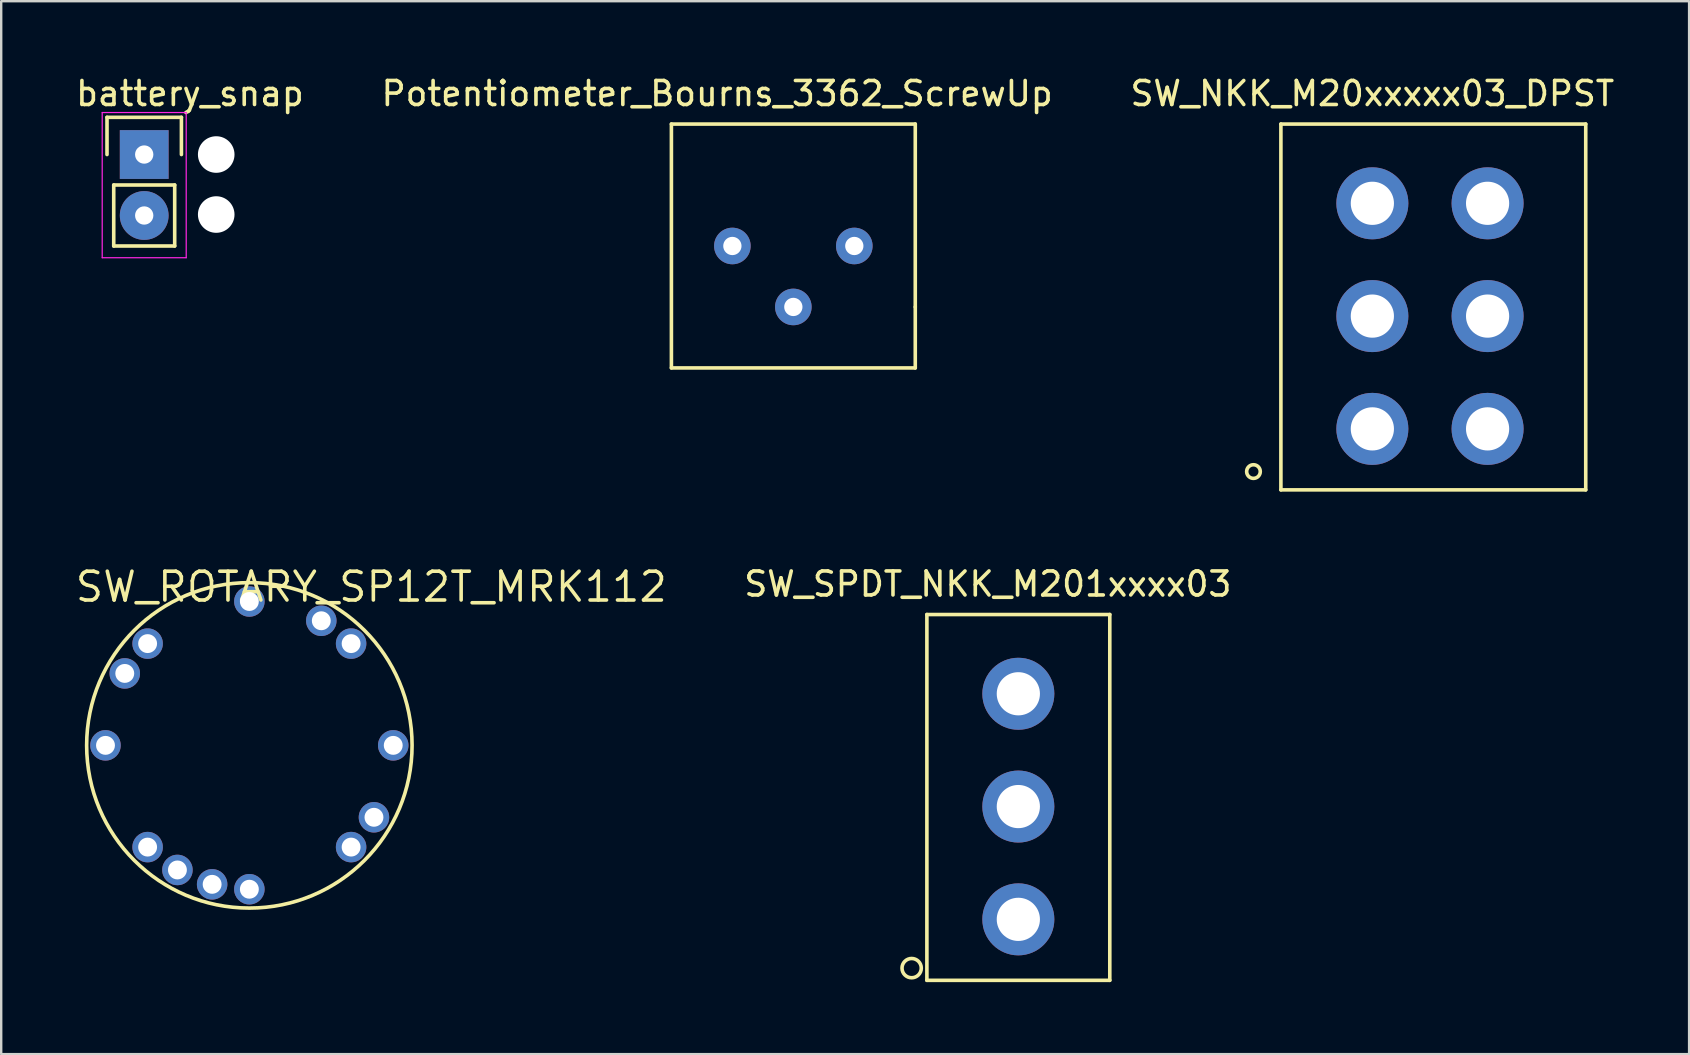
<source format=kicad_pcb>
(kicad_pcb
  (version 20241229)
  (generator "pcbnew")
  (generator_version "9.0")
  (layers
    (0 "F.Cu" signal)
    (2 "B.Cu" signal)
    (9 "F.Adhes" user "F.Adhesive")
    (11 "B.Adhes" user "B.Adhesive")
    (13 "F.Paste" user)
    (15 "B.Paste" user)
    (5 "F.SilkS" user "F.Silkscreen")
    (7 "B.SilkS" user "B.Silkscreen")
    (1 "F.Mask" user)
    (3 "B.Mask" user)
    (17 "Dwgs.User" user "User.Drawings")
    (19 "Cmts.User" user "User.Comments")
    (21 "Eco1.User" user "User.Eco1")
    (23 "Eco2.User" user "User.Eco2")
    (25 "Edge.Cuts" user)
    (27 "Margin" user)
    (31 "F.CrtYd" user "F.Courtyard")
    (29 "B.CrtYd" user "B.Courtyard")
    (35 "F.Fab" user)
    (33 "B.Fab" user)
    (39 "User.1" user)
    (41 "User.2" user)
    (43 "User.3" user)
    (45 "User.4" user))
  (footprint "SW_NKK_M20xxxxx03_DPST"
    (layer "F.Cu")
    (at 54.125 14.818)
    (property "Reference" "SW_NKK_M20xxxxx03_DPST" (at 0 -13.97 0) (layer "F.SilkS") (effects (font (size 1 1) (thickness 0.15))))
    (attr through_hole)
    (fp_line (start -3.81 -12.7) (end 8.89 -12.7) (stroke (width 0.15) (type solid)) (layer "F.SilkS"))
    (fp_line (start -3.81 2.54) (end -3.81 -12.7) (stroke (width 0.15) (type solid)) (layer "F.SilkS"))
    (fp_line (start -3.81 2.54) (end 8.89 2.54) (stroke (width 0.15) (type solid)) (layer "F.SilkS"))
    (fp_line (start 8.89 -12.7) (end 8.89 2.54) (stroke (width 0.15) (type solid)) (layer "F.SilkS"))
    (fp_circle (center -4.953 1.778) (end -4.826 2.032) (stroke (width 0.15) (type solid)) (fill no) (layer "F.SilkS"))
    (pad "1" thru_hole circle (at 0 0) (size 3 3) (drill 1.8) (layers "*.Cu" "*.Mask"))
    (pad "2" thru_hole circle (at 0 -4.699) (size 3 3) (drill 1.8) (layers "*.Cu" "*.Mask"))
    (pad "3" thru_hole circle (at 0 -9.398) (size 3 3) (drill 1.8) (layers "*.Cu" "*.Mask"))
    (pad "4" thru_hole circle (at 4.801 0) (size 3 3) (drill 1.8) (layers "*.Cu" "*.Mask"))
    (pad "5" thru_hole circle (at 4.801 -4.699) (size 3 3) (drill 1.8) (layers "*.Cu" "*.Mask"))
    (pad "6" thru_hole circle (at 4.801 -9.398) (size 3 3) (drill 1.8) (layers "*.Cu" "*.Mask")))
  (footprint "SW_SPDT_NKK_M201xxxx03"
    (layer "F.Cu")
    (at 39.376 35.252)
    (property "Reference" "SW_SPDT_NKK_M201xxxx03" (at -1.27 -13.97 0) (layer "F.SilkS") (effects (font (size 1 1) (thickness 0.15))))
    (attr through_hole)
    (fp_line (start -3.81 -12.7) (end 3.81 -12.7) (stroke (width 0.15) (type solid)) (layer "F.SilkS"))
    (fp_line (start -3.81 2.54) (end -3.81 -12.7) (stroke (width 0.15) (type solid)) (layer "F.SilkS"))
    (fp_line (start 3.81 -12.7) (end 3.81 2.54) (stroke (width 0.15) (type solid)) (layer "F.SilkS"))
    (fp_line (start 3.81 2.54) (end -3.81 2.54) (stroke (width 0.15) (type solid)) (layer "F.SilkS"))
    (fp_circle (center -4.445 2.032) (end -4.318 2.413) (stroke (width 0.15) (type solid)) (fill no) (layer "F.SilkS"))
    (pad "1" thru_hole circle (at 0 0) (size 3 3) (drill 1.8) (layers "*.Cu" "*.Mask"))
    (pad "2" thru_hole circle (at 0 -4.699) (size 3 3) (drill 1.8) (layers "*.Cu" "*.Mask"))
    (pad "3" thru_hole circle (at 0 -9.398) (size 3 3) (drill 1.8) (layers "*.Cu" "*.Mask")))
  (footprint "SW_ROTARY_SP12T_MRK112"
    (layer "F.Cu")
    (at 7.339 28.003)
    (property "Reference" "SW_ROTARY_SP12T_MRK112" (at 5.08 -6.604 0) (layer "F.SilkS") (effects (font (size 1.2 1.2) (thickness 0.15))))
    (attr through_hole)
    (fp_circle (center 0 0) (end 0 6.779) (stroke (width 0.15) (type solid)) (fill no) (layer "F.SilkS"))
    (pad "1" thru_hole oval (at -1.551 5.79) (size 1.27 1.27) (drill 0.787) (layers "*.Cu" "*.Mask"))
    (pad "2" thru_hole oval (at -2.997 5.191) (size 1.27 1.27) (drill 0.787) (layers "*.Cu" "*.Mask"))
    (pad "3" thru_hole oval (at -4.239 4.239) (size 1.27 1.27) (drill 0.787) (layers "*.Cu" "*.Mask"))
    (pad "4" thru_hole oval (at -5.994 0) (size 1.27 1.27) (drill 0.787) (layers "*.Cu" "*.Mask"))
    (pad "5" thru_hole oval (at -5.191 -2.997) (size 1.27 1.27) (drill 0.787) (layers "*.Cu" "*.Mask"))
    (pad "6" thru_hole oval (at -4.239 -4.239) (size 1.27 1.27) (drill 0.787) (layers "*.Cu" "*.Mask"))
    (pad "7" thru_hole oval (at 0 -5.994) (size 1.27 1.27) (drill 0.787) (layers "*.Cu" "*.Mask"))
    (pad "8" thru_hole oval (at 2.997 -5.191) (size 1.27 1.27) (drill 0.787) (layers "*.Cu" "*.Mask"))
    (pad "9" thru_hole oval (at 4.239 -4.239) (size 1.27 1.27) (drill 0.787) (layers "*.Cu" "*.Mask"))
    (pad "10" thru_hole oval (at 5.994 0) (size 1.27 1.27) (drill 0.787) (layers "*.Cu" "*.Mask"))
    (pad "11" thru_hole oval (at 5.191 2.997) (size 1.27 1.27) (drill 0.787) (layers "*.Cu" "*.Mask"))
    (pad "12" thru_hole oval (at 4.239 4.239) (size 1.27 1.27) (drill 0.787) (layers "*.Cu" "*.Mask"))
    (pad "13" thru_hole oval (at 0 5.994) (size 1.27 1.27) (drill 0.787) (layers "*.Cu" "*.Mask")))
  (footprint "Potentiometer_Bourns_3362_ScrewUp"
    (layer "F.Cu")
    (at 27.462 7.198)
    (property "Reference" "Potentiometer_Bourns_3362_ScrewUp" (at -0.635 -6.35 0) (layer "F.SilkS") (effects (font (size 1 1) (thickness 0.15))))
    (attr through_hole)
    (fp_line (start -2.54 -5.08) (end 7.62 -5.08) (stroke (width 0.15) (type solid)) (layer "F.SilkS"))
    (fp_line (start -2.54 5.08) (end -2.54 -5.08) (stroke (width 0.15) (type solid)) (layer "F.SilkS"))
    (fp_line (start 7.62 -5.08) (end 7.62 2.54) (stroke (width 0.15) (type solid)) (layer "F.SilkS"))
    (fp_line (start 7.62 2.54) (end 7.62 5.08) (stroke (width 0.15) (type solid)) (layer "F.SilkS"))
    (fp_line (start 7.62 5.08) (end -2.54 5.08) (stroke (width 0.15) (type solid)) (layer "F.SilkS"))
    (pad "1" thru_hole circle (at 0 0) (size 1.524 1.524) (drill 0.762) (layers "*.Cu" "*.Mask"))
    (pad "2" thru_hole circle (at 2.54 2.54) (size 1.524 1.524) (drill 0.762) (layers "*.Cu" "*.Mask"))
    (pad "3" thru_hole circle (at 5.08 0) (size 1.524 1.524) (drill 0.762) (layers "*.Cu" "*.Mask")))
  (footprint "battery_snap"
    (layer "F.Cu")
    (at 2.958 3.388)
    (property "Reference" "battery_snap" (at 1.905 -2.54 0) (layer "F.SilkS") (effects (font (size 1 1) (thickness 0.15))))
    (attr through_hole)
    (fp_line (start -1.55 -1.55) (end 1.55 -1.55) (stroke (width 0.15) (type solid)) (layer "F.SilkS"))
    (fp_line (start -1.55 0) (end -1.55 -1.55) (stroke (width 0.15) (type solid)) (layer "F.SilkS"))
    (fp_line (start -1.27 1.27) (end -1.27 3.81) (stroke (width 0.15) (type solid)) (layer "F.SilkS"))
    (fp_line (start -1.27 3.81) (end 1.27 3.81) (stroke (width 0.15) (type solid)) (layer "F.SilkS"))
    (fp_line (start 1.27 1.27) (end -1.27 1.27) (stroke (width 0.15) (type solid)) (layer "F.SilkS"))
    (fp_line (start 1.27 1.27) (end 1.27 3.81) (stroke (width 0.15) (type solid)) (layer "F.SilkS"))
    (fp_line (start 1.55 -1.55) (end 1.55 0) (stroke (width 0.15) (type solid)) (layer "F.SilkS"))
    (fp_line (start -1.75 -1.75) (end -1.75 4.3) (stroke (width 0.05) (type solid)) (layer "F.CrtYd"))
    (fp_line (start -1.75 -1.75) (end 1.75 -1.75) (stroke (width 0.05) (type solid)) (layer "F.CrtYd"))
    (fp_line (start -1.75 4.3) (end 1.75 4.3) (stroke (width 0.05) (type solid)) (layer "F.CrtYd"))
    (fp_line (start 1.75 -1.75) (end 1.75 4.3) (stroke (width 0.05) (type solid)) (layer "F.CrtYd"))
    (pad "" np_thru_hole oval (at 3 0) (size 1.524 1.524) (drill 1.524) (layers "*.Cu" "*.Mask"))
    (pad "" np_thru_hole oval (at 3 2.5) (size 1.524 1.524) (drill 1.524) (layers "*.Cu" "*.Mask"))
    (pad "1" thru_hole rect (at 0 0) (size 2.032 2.032) (drill 0.762) (layers "*.Cu" "*.Mask"))
    (pad "2" thru_hole oval (at 0 2.54) (size 2.032 2.032) (drill 0.762) (layers "*.Cu" "*.Mask")))
  (gr_rect
    (start -3 -3)
    (end 67.321 40.867)
    (stroke (width 0.1) (type default))
    (fill no)
    (layer "Edge.Cuts")))
</source>
